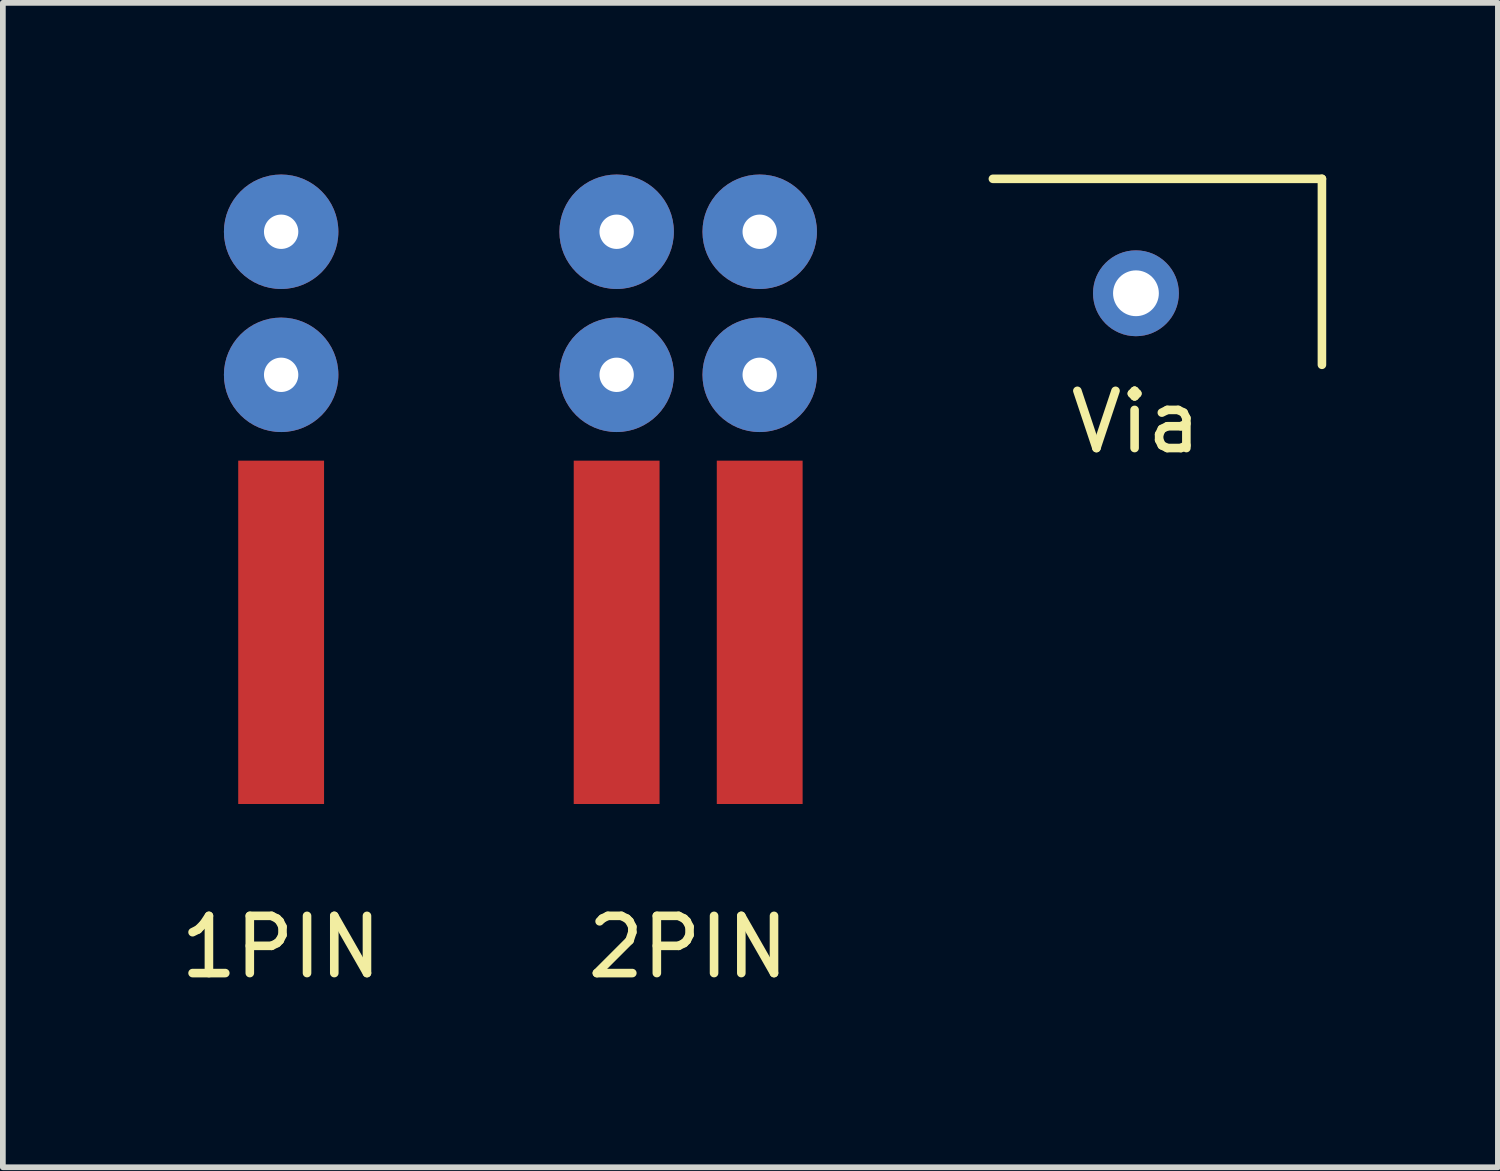
<source format=kicad_pcb>
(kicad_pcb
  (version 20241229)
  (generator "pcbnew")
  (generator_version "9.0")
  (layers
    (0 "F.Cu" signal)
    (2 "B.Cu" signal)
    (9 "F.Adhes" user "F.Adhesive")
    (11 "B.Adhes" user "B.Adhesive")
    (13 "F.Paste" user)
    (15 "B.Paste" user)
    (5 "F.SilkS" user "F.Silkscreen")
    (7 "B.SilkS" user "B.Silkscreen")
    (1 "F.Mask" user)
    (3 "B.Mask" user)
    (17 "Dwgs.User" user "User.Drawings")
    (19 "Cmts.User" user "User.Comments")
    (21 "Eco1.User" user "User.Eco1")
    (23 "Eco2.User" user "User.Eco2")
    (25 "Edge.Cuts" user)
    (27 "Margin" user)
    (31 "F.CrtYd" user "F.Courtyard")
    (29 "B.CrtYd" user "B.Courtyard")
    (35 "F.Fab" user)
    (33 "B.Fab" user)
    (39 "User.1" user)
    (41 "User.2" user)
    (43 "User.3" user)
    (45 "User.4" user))
  (footprint "1PIN"
    (layer "F.Cu")
    (at 1.863 8)
    (property "Reference" "1PIN" (at 0 5.5 0) (layer "F.SilkS") (effects (font (size 1 1) (thickness 0.15))))
    (attr through_hole)
    (pad "" np_thru_hole circle (at 0 -7) (size 2 2) (drill 0.6) (layers "*.Cu" "*.Mask"))
    (pad "" np_thru_hole circle (at 0 -4.5) (size 2 2) (drill 0.6) (layers "*.Cu" "*.Mask"))
    (pad "1" connect rect (at 0 0) (size 1.5 6) (layers "F.Cu" "F.Mask")))
  (footprint "2PIN"
    (layer "F.Cu")
    (at 8.976 8)
    (property "Reference" "2PIN" (at 0 5.5 0) (layer "F.SilkS") (effects (font (size 1 1) (thickness 0.15))))
    (attr through_hole)
    (pad "" np_thru_hole circle (at -1.25 -7) (size 2 2) (drill 0.6) (layers "*.Cu" "*.Mask"))
    (pad "" np_thru_hole circle (at -1.25 -4.5) (size 2 2) (drill 0.6) (layers "*.Cu" "*.Mask"))
    (pad "" np_thru_hole circle (at 1.25 -7) (size 2 2) (drill 0.6) (layers "*.Cu" "*.Mask"))
    (pad "" np_thru_hole circle (at 1.25 -4.5) (size 2 2) (drill 0.6) (layers "*.Cu" "*.Mask"))
    (pad "1" connect rect (at -1.25 0) (size 1.5 6) (layers "F.Cu" "F.Mask"))
    (pad "2" connect rect (at 1.25 0) (size 1.5 6) (layers "F.Cu" "F.Mask")))
  (footprint "Via"
    (layer "F.Cu")
    (at 16.801 2.075)
    (property "Reference" "Via" (at 0 2.25 0) (layer "F.SilkS") (effects (font (size 1 1) (thickness 0.15))))
    (attr through_hole)
    (fp_line (start -2.5 -2) (end 3.25 -2) (stroke (width 0.15) (type solid)) (layer "F.SilkS"))
    (fp_line (start 3.25 -2) (end 3.25 1.25) (stroke (width 0.15) (type solid)) (layer "F.SilkS"))
    (pad "1" thru_hole circle (at 0 0) (size 1.5 1.5) (drill 0.8) (layers "*.Cu")))
  (gr_rect
    (start -3 -3)
    (end 23.126 17.348)
    (stroke (width 0.1) (type default))
    (fill no)
    (layer "Edge.Cuts")))
</source>
